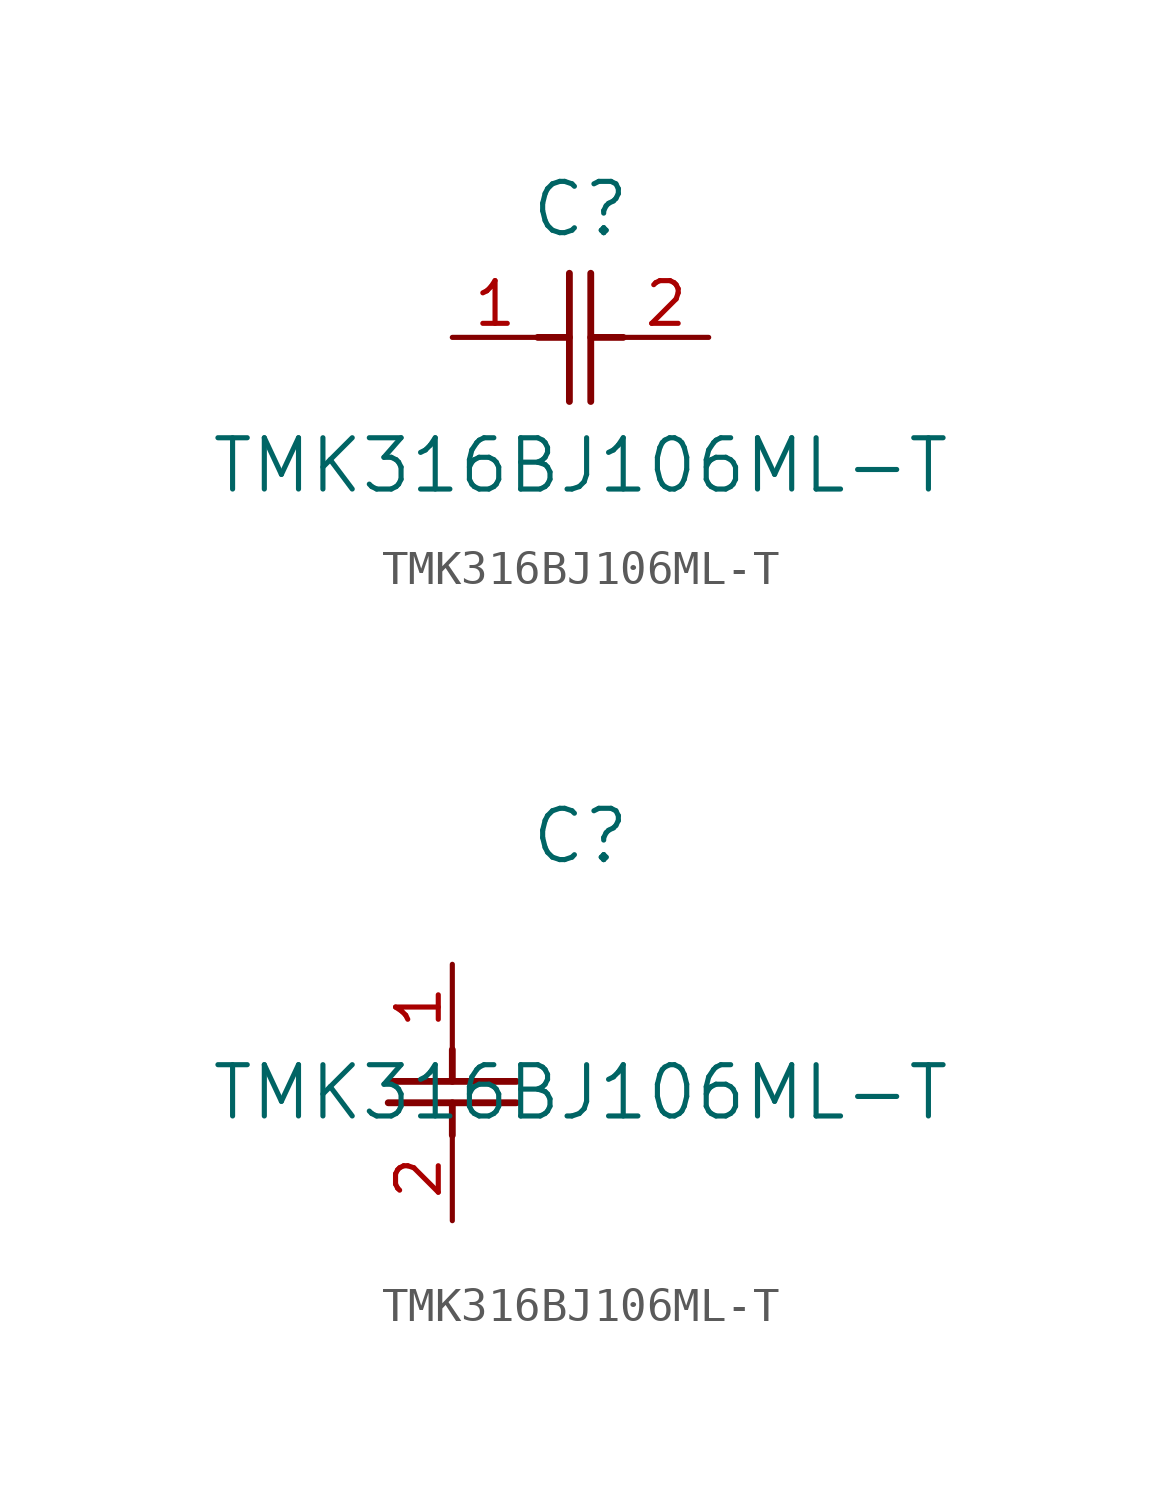
<source format=kicad_sym>
(kicad_symbol_lib
  (version 20211014)
  (generator kicad_symbol_editor)
  (symbol "TMK316BJ106ML-T"
    (pin_names
      (offset 0.254))
    (property "Reference" "C"
      (at 3.81 3.81 0)
      (effects (font (size 1.524 1.524))))
    (property "Value" "TMK316BJ106ML-T"
      (at 3.81 -3.81 0)
      (effects (font (size 1.524 1.524))))
    (symbol "TMK316BJ106ML-T_1_1"
      (polyline (pts (xy 3.48 -1.905) (xy 3.48 1.905)) (stroke (width 0.203) (type default) (color 0 0 0 0)) (fill (type none)))
      (polyline (pts (xy 4.115 -1.905) (xy 4.115 1.905)) (stroke (width 0.203) (type default) (color 0 0 0 0)) (fill (type none)))
      (polyline (pts (xy 4.115 0) (xy 5.08 0)) (stroke (width 0.203) (type default) (color 0 0 0 0)) (fill (type none)))
      (polyline (pts (xy 2.54 0) (xy 3.48 0)) (stroke (width 0.203) (type default) (color 0 0 0 0)) (fill (type none)))
      (pin unspecified line (at 0 0 0) (length 2.54) (name "" (effects (font (size 1.27 1.27)))) (number "1" (effects (font (size 1.27 1.27)))))
      (pin unspecified line (at 7.62 0 180) (length 2.54) (name "" (effects (font (size 1.27 1.27)))) (number "2" (effects (font (size 1.27 1.27))))))
    (symbol "TMK316BJ106ML-T_1_2"
      (polyline (pts (xy -1.905 -3.48) (xy 1.905 -3.48)) (stroke (width 0.203) (type default) (color 0 0 0 0)) (fill (type none)))
      (polyline (pts (xy -1.905 -4.115) (xy 1.905 -4.115)) (stroke (width 0.203) (type default) (color 0 0 0 0)) (fill (type none)))
      (polyline (pts (xy 0 -4.115) (xy 0 -5.08)) (stroke (width 0.203) (type default) (color 0 0 0 0)) (fill (type none)))
      (polyline (pts (xy 0 -2.54) (xy 0 -3.48)) (stroke (width 0.203) (type default) (color 0 0 0 0)) (fill (type none)))
      (pin unspecified line (at 0 0 270) (length 2.54) (name "" (effects (font (size 1.27 1.27)))) (number "1" (effects (font (size 1.27 1.27)))))
      (pin unspecified line (at 0 -7.62 90) (length 2.54) (name "" (effects (font (size 1.27 1.27)))) (number "2" (effects (font (size 1.27 1.27))))))))
</source>
